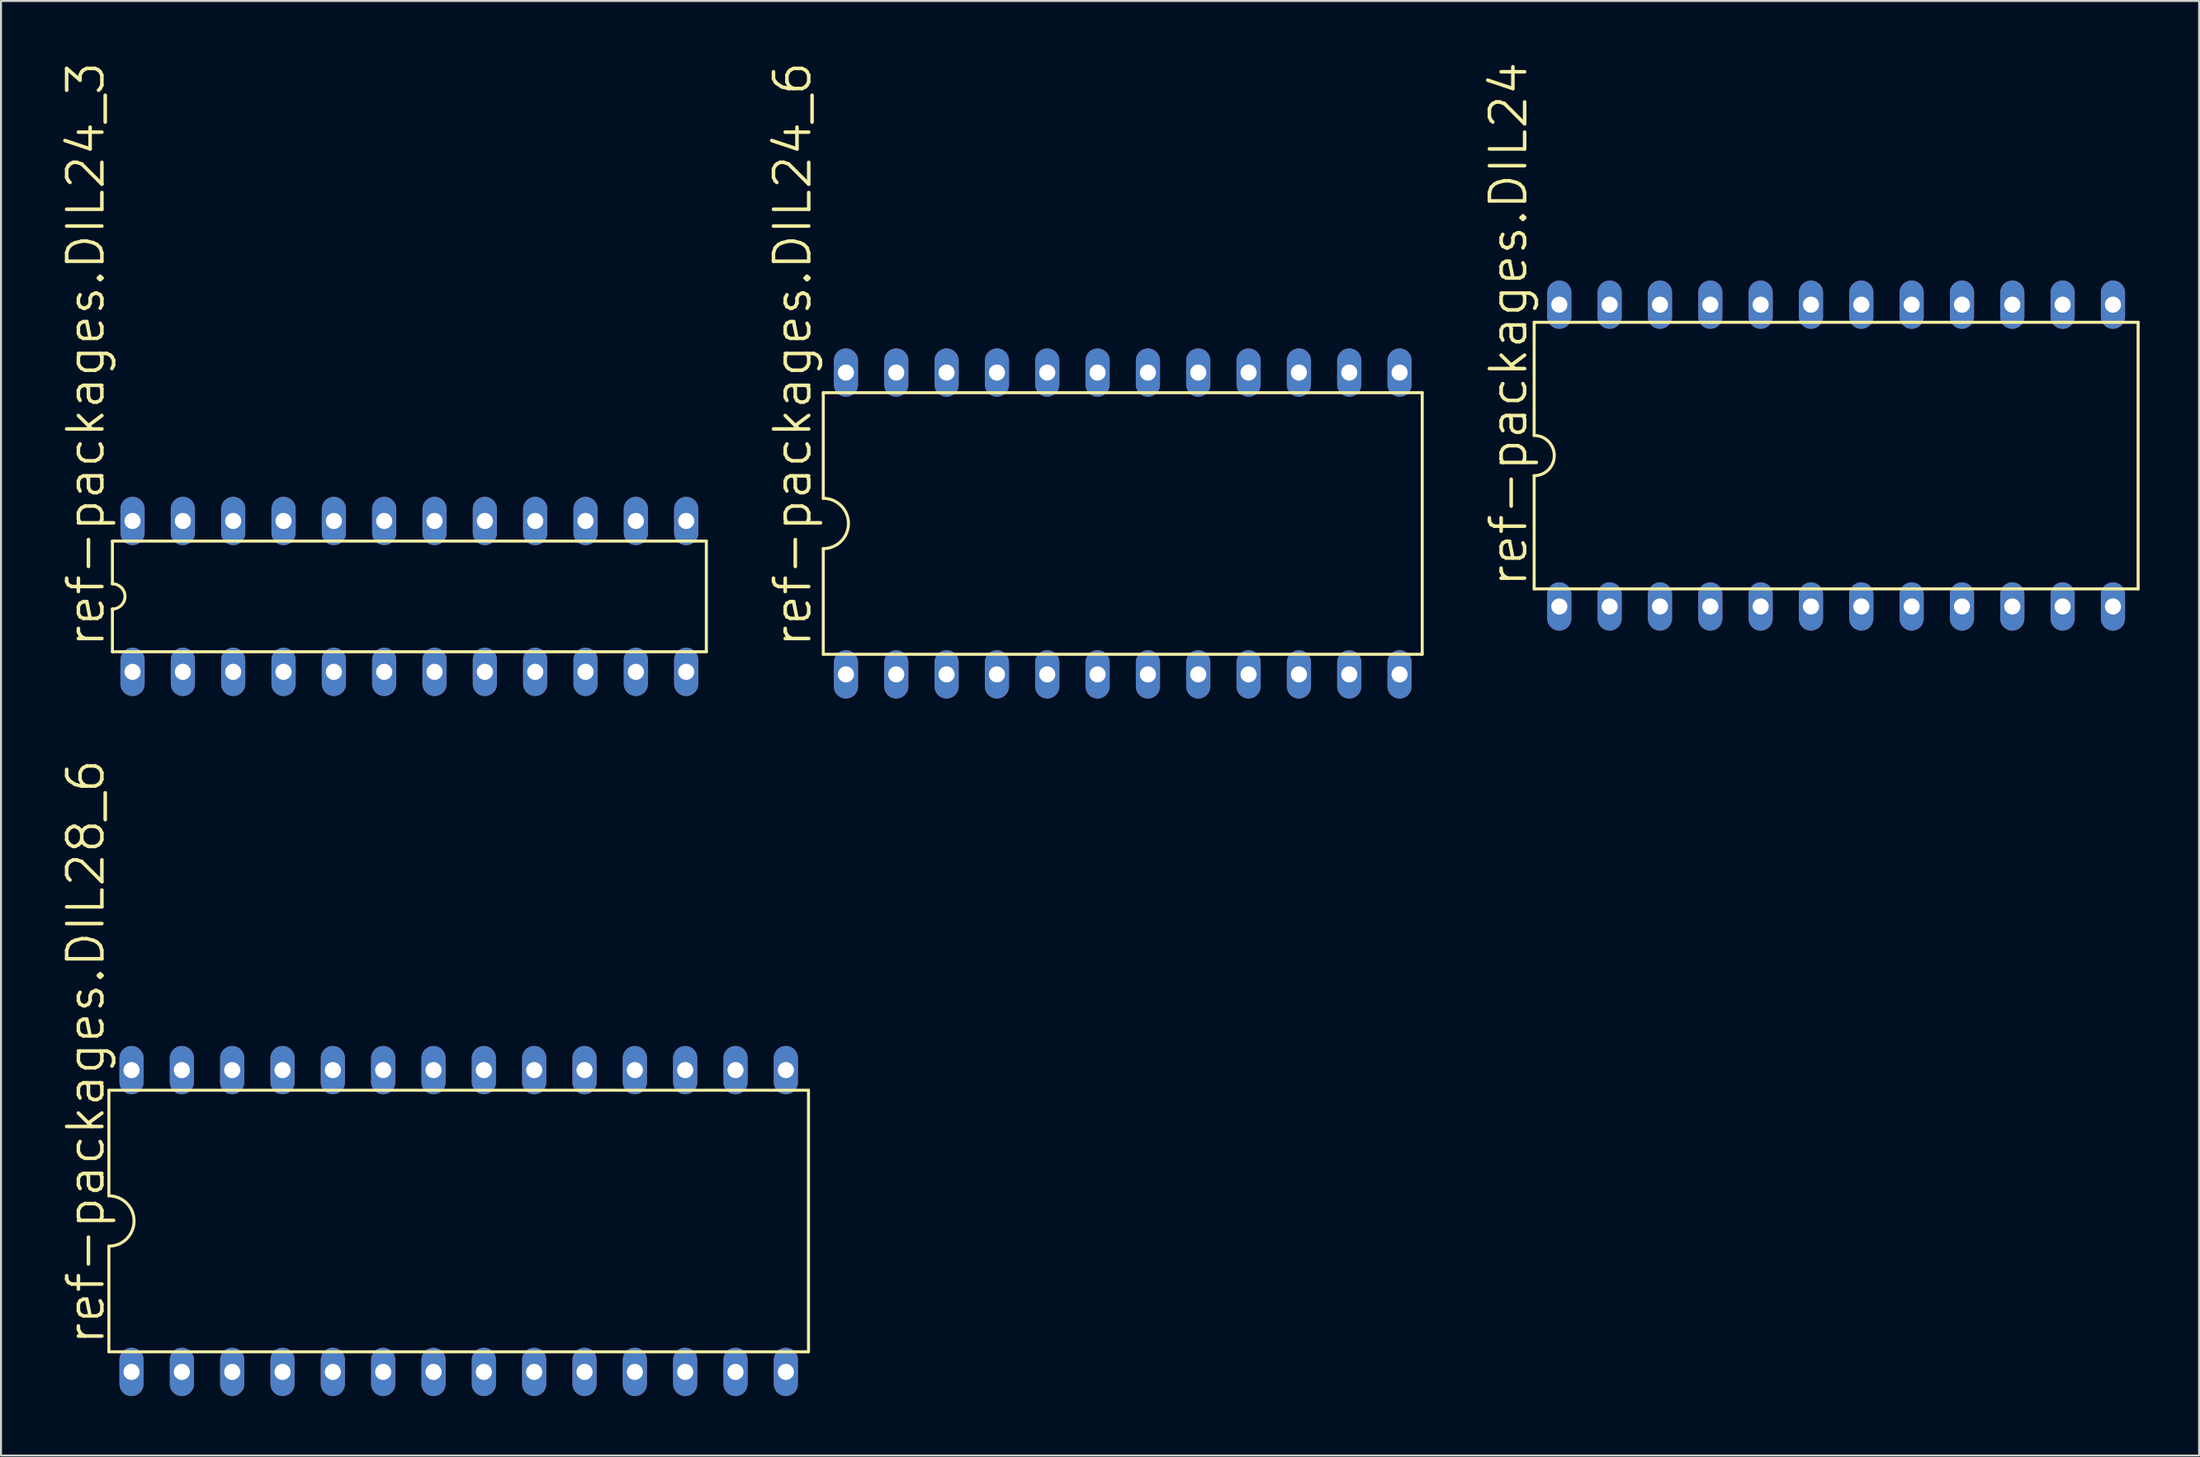
<source format=kicad_pcb>
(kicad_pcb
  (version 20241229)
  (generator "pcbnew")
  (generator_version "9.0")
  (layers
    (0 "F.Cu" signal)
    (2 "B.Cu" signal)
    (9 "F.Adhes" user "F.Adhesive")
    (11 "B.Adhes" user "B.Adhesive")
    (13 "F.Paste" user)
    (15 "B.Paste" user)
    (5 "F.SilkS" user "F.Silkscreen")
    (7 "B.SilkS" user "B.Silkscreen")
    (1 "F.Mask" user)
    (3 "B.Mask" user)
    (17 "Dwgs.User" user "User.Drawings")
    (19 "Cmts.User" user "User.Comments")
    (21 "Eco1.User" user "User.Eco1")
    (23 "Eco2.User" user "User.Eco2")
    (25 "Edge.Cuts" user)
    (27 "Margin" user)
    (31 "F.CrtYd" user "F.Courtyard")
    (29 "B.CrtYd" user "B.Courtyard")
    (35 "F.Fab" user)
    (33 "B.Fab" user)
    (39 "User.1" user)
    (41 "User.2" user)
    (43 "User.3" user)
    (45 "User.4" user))
  (footprint "ref-packages.DIL24_3"
    (layer "F.Cu")
    (at 17.609 27.066)
    (property "Reference" "ref-packages.DIL24_3" (at -15.291 2.667 90) (layer "F.SilkS") (effects (font (size 1.778 1.778) (thickness 0.18)) (justify left bottom)))
    (attr through_hole)
    (fp_line (start -14.986 -2.794) (end -14.986 -0.635) (stroke (width 0.152) (type default)) (layer "F.SilkS"))
    (fp_line (start -14.986 -2.794) (end 14.986 -2.794) (stroke (width 0.152) (type default)) (layer "F.SilkS"))
    (fp_line (start -14.986 0.635) (end -14.986 2.794) (stroke (width 0.152) (type default)) (layer "F.SilkS"))
    (fp_line (start -14.986 2.794) (end 14.986 2.794) (stroke (width 0.152) (type default)) (layer "F.SilkS"))
    (fp_line (start 14.986 2.794) (end 14.986 -2.794) (stroke (width 0.152) (type default)) (layer "F.SilkS"))
    (fp_arc (start -14.986 -0.635) (mid -14.351 0) (end -14.986 0.635) (stroke (width 0.1524) (type default)) (layer "F.SilkS"))
    (pad "1" thru_hole oval (at -13.97 3.81 90) (size 2.438 1.219) (drill 0.813) (layers "*.Cu" "*.Mask"))
    (pad "2" thru_hole oval (at -11.43 3.81 90) (size 2.438 1.219) (drill 0.813) (layers "*.Cu" "*.Mask"))
    (pad "3" thru_hole oval (at -8.89 3.81 90) (size 2.438 1.219) (drill 0.813) (layers "*.Cu" "*.Mask"))
    (pad "4" thru_hole oval (at -6.35 3.81 90) (size 2.438 1.219) (drill 0.813) (layers "*.Cu" "*.Mask"))
    (pad "5" thru_hole oval (at -3.81 3.81 90) (size 2.438 1.219) (drill 0.813) (layers "*.Cu" "*.Mask"))
    (pad "6" thru_hole oval (at -1.27 3.81 90) (size 2.438 1.219) (drill 0.813) (layers "*.Cu" "*.Mask"))
    (pad "7" thru_hole oval (at 1.27 3.81 90) (size 2.438 1.219) (drill 0.813) (layers "*.Cu" "*.Mask"))
    (pad "8" thru_hole oval (at 3.81 3.81 90) (size 2.438 1.219) (drill 0.813) (layers "*.Cu" "*.Mask"))
    (pad "9" thru_hole oval (at 6.35 3.81 90) (size 2.438 1.219) (drill 0.813) (layers "*.Cu" "*.Mask"))
    (pad "10" thru_hole oval (at 8.89 3.81 90) (size 2.438 1.219) (drill 0.813) (layers "*.Cu" "*.Mask"))
    (pad "11" thru_hole oval (at 11.43 3.81 90) (size 2.438 1.219) (drill 0.813) (layers "*.Cu" "*.Mask"))
    (pad "12" thru_hole oval (at 13.97 3.81 90) (size 2.438 1.219) (drill 0.813) (layers "*.Cu" "*.Mask"))
    (pad "13" thru_hole oval (at 13.97 -3.81 90) (size 2.438 1.219) (drill 0.813) (layers "*.Cu" "*.Mask"))
    (pad "14" thru_hole oval (at 11.43 -3.81 90) (size 2.438 1.219) (drill 0.813) (layers "*.Cu" "*.Mask"))
    (pad "15" thru_hole oval (at 8.89 -3.81 90) (size 2.438 1.219) (drill 0.813) (layers "*.Cu" "*.Mask"))
    (pad "16" thru_hole oval (at 6.35 -3.81 90) (size 2.438 1.219) (drill 0.813) (layers "*.Cu" "*.Mask"))
    (pad "17" thru_hole oval (at 3.81 -3.81 90) (size 2.438 1.219) (drill 0.813) (layers "*.Cu" "*.Mask"))
    (pad "18" thru_hole oval (at 1.27 -3.81 90) (size 2.438 1.219) (drill 0.813) (layers "*.Cu" "*.Mask"))
    (pad "19" thru_hole oval (at -1.27 -3.81 90) (size 2.438 1.219) (drill 0.813) (layers "*.Cu" "*.Mask"))
    (pad "20" thru_hole oval (at -3.81 -3.81 90) (size 2.438 1.219) (drill 0.813) (layers "*.Cu" "*.Mask"))
    (pad "21" thru_hole oval (at -6.35 -3.81 90) (size 2.438 1.219) (drill 0.813) (layers "*.Cu" "*.Mask"))
    (pad "22" thru_hole oval (at -8.89 -3.81 90) (size 2.438 1.219) (drill 0.813) (layers "*.Cu" "*.Mask"))
    (pad "23" thru_hole oval (at -11.43 -3.81 90) (size 2.438 1.219) (drill 0.813) (layers "*.Cu" "*.Mask"))
    (pad "24" thru_hole oval (at -13.97 -3.81 90) (size 2.438 1.219) (drill 0.813) (layers "*.Cu" "*.Mask")))
  (footprint "ref-packages.DIL24_6"
    (layer "F.Cu")
    (at 53.61 23.383)
    (property "Reference" "ref-packages.DIL24_6" (at -15.621 6.35 90) (layer "F.SilkS") (effects (font (size 1.778 1.778) (thickness 0.18)) (justify left bottom)))
    (attr through_hole)
    (fp_line (start -15.113 -6.604) (end -15.113 -1.27) (stroke (width 0.152) (type default)) (layer "F.SilkS"))
    (fp_line (start -15.113 -6.604) (end 15.113 -6.604) (stroke (width 0.152) (type default)) (layer "F.SilkS"))
    (fp_line (start -15.113 1.27) (end -15.113 6.604) (stroke (width 0.152) (type default)) (layer "F.SilkS"))
    (fp_line (start -15.113 6.604) (end 15.113 6.604) (stroke (width 0.152) (type default)) (layer "F.SilkS"))
    (fp_line (start 15.113 6.604) (end 15.113 -6.604) (stroke (width 0.152) (type default)) (layer "F.SilkS"))
    (fp_arc (start -15.113 -1.27) (mid -13.843 0) (end -15.113 1.27) (stroke (width 0.1524) (type default)) (layer "F.SilkS"))
    (pad "1" thru_hole oval (at -13.97 7.62 90) (size 2.438 1.219) (drill 0.813) (layers "*.Cu" "*.Mask"))
    (pad "2" thru_hole oval (at -11.43 7.62 90) (size 2.438 1.219) (drill 0.813) (layers "*.Cu" "*.Mask"))
    (pad "3" thru_hole oval (at -8.89 7.62 90) (size 2.438 1.219) (drill 0.813) (layers "*.Cu" "*.Mask"))
    (pad "4" thru_hole oval (at -6.35 7.62 90) (size 2.438 1.219) (drill 0.813) (layers "*.Cu" "*.Mask"))
    (pad "5" thru_hole oval (at -3.81 7.62 90) (size 2.438 1.219) (drill 0.813) (layers "*.Cu" "*.Mask"))
    (pad "6" thru_hole oval (at -1.27 7.62 90) (size 2.438 1.219) (drill 0.813) (layers "*.Cu" "*.Mask"))
    (pad "7" thru_hole oval (at 1.27 7.62 90) (size 2.438 1.219) (drill 0.813) (layers "*.Cu" "*.Mask"))
    (pad "8" thru_hole oval (at 3.81 7.62 90) (size 2.438 1.219) (drill 0.813) (layers "*.Cu" "*.Mask"))
    (pad "9" thru_hole oval (at 6.35 7.62 90) (size 2.438 1.219) (drill 0.813) (layers "*.Cu" "*.Mask"))
    (pad "10" thru_hole oval (at 8.89 7.62 90) (size 2.438 1.219) (drill 0.813) (layers "*.Cu" "*.Mask"))
    (pad "11" thru_hole oval (at 11.43 7.62 90) (size 2.438 1.219) (drill 0.813) (layers "*.Cu" "*.Mask"))
    (pad "12" thru_hole oval (at 13.97 7.62 90) (size 2.438 1.219) (drill 0.813) (layers "*.Cu" "*.Mask"))
    (pad "13" thru_hole oval (at 13.97 -7.62 90) (size 2.438 1.219) (drill 0.813) (layers "*.Cu" "*.Mask"))
    (pad "14" thru_hole oval (at 11.43 -7.62 90) (size 2.438 1.219) (drill 0.813) (layers "*.Cu" "*.Mask"))
    (pad "15" thru_hole oval (at 8.89 -7.62 90) (size 2.438 1.219) (drill 0.813) (layers "*.Cu" "*.Mask"))
    (pad "16" thru_hole oval (at 6.35 -7.62 90) (size 2.438 1.219) (drill 0.813) (layers "*.Cu" "*.Mask"))
    (pad "17" thru_hole oval (at 3.81 -7.62 90) (size 2.438 1.219) (drill 0.813) (layers "*.Cu" "*.Mask"))
    (pad "18" thru_hole oval (at 1.27 -7.62 90) (size 2.438 1.219) (drill 0.813) (layers "*.Cu" "*.Mask"))
    (pad "19" thru_hole oval (at -1.27 -7.62 90) (size 2.438 1.219) (drill 0.813) (layers "*.Cu" "*.Mask"))
    (pad "20" thru_hole oval (at -3.81 -7.62 90) (size 2.438 1.219) (drill 0.813) (layers "*.Cu" "*.Mask"))
    (pad "21" thru_hole oval (at -6.35 -7.62 90) (size 2.438 1.219) (drill 0.813) (layers "*.Cu" "*.Mask"))
    (pad "22" thru_hole oval (at -8.89 -7.62 90) (size 2.438 1.219) (drill 0.813) (layers "*.Cu" "*.Mask"))
    (pad "23" thru_hole oval (at -11.43 -7.62 90) (size 2.438 1.219) (drill 0.813) (layers "*.Cu" "*.Mask"))
    (pad "24" thru_hole oval (at -13.97 -7.62 90) (size 2.438 1.219) (drill 0.813) (layers "*.Cu" "*.Mask")))
  (footprint "ref-packages.DIL24"
    (layer "F.Cu")
    (at 89.611 19.954)
    (property "Reference" "ref-packages.DIL24" (at -15.494 6.731 90) (layer "F.SilkS") (effects (font (size 1.778 1.778) (thickness 0.18)) (justify left bottom)))
    (attr through_hole)
    (fp_line (start -15.24 -6.731) (end -15.24 -1.016) (stroke (width 0.152) (type default)) (layer "F.SilkS"))
    (fp_line (start -15.24 6.731) (end -15.24 1.016) (stroke (width 0.152) (type default)) (layer "F.SilkS"))
    (fp_line (start -15.24 6.731) (end 15.24 6.731) (stroke (width 0.152) (type default)) (layer "F.SilkS"))
    (fp_line (start 15.24 -6.731) (end -15.24 -6.731) (stroke (width 0.152) (type default)) (layer "F.SilkS"))
    (fp_line (start 15.24 -6.731) (end 15.24 6.731) (stroke (width 0.152) (type default)) (layer "F.SilkS"))
    (fp_arc (start -15.24 -1.016) (mid -14.224 0) (end -15.24 1.016) (stroke (width 0.1524) (type default)) (layer "F.SilkS"))
    (pad "1" thru_hole oval (at -13.97 7.62 90) (size 2.438 1.219) (drill 0.813) (layers "*.Cu" "*.Mask"))
    (pad "2" thru_hole oval (at -11.43 7.62 90) (size 2.438 1.219) (drill 0.813) (layers "*.Cu" "*.Mask"))
    (pad "3" thru_hole oval (at -8.89 7.62 90) (size 2.438 1.219) (drill 0.813) (layers "*.Cu" "*.Mask"))
    (pad "4" thru_hole oval (at -6.35 7.62 90) (size 2.438 1.219) (drill 0.813) (layers "*.Cu" "*.Mask"))
    (pad "5" thru_hole oval (at -3.81 7.62 90) (size 2.438 1.219) (drill 0.813) (layers "*.Cu" "*.Mask"))
    (pad "6" thru_hole oval (at -1.27 7.62 90) (size 2.438 1.219) (drill 0.813) (layers "*.Cu" "*.Mask"))
    (pad "7" thru_hole oval (at 1.27 7.62 90) (size 2.438 1.219) (drill 0.813) (layers "*.Cu" "*.Mask"))
    (pad "8" thru_hole oval (at 3.81 7.62 90) (size 2.438 1.219) (drill 0.813) (layers "*.Cu" "*.Mask"))
    (pad "9" thru_hole oval (at 6.35 7.62 90) (size 2.438 1.219) (drill 0.813) (layers "*.Cu" "*.Mask"))
    (pad "10" thru_hole oval (at 8.89 7.62 90) (size 2.438 1.219) (drill 0.813) (layers "*.Cu" "*.Mask"))
    (pad "11" thru_hole oval (at 11.43 7.62 90) (size 2.438 1.219) (drill 0.813) (layers "*.Cu" "*.Mask"))
    (pad "12" thru_hole oval (at 13.97 7.62 90) (size 2.438 1.219) (drill 0.813) (layers "*.Cu" "*.Mask"))
    (pad "13" thru_hole oval (at 13.97 -7.62 90) (size 2.438 1.219) (drill 0.813) (layers "*.Cu" "*.Mask"))
    (pad "14" thru_hole oval (at 11.43 -7.62 90) (size 2.438 1.219) (drill 0.813) (layers "*.Cu" "*.Mask"))
    (pad "15" thru_hole oval (at 8.89 -7.62 90) (size 2.438 1.219) (drill 0.813) (layers "*.Cu" "*.Mask"))
    (pad "16" thru_hole oval (at 6.35 -7.62 90) (size 2.438 1.219) (drill 0.813) (layers "*.Cu" "*.Mask"))
    (pad "17" thru_hole oval (at 3.81 -7.62 90) (size 2.438 1.219) (drill 0.813) (layers "*.Cu" "*.Mask"))
    (pad "18" thru_hole oval (at 1.27 -7.62 90) (size 2.438 1.219) (drill 0.813) (layers "*.Cu" "*.Mask"))
    (pad "19" thru_hole oval (at -1.27 -7.62 90) (size 2.438 1.219) (drill 0.813) (layers "*.Cu" "*.Mask"))
    (pad "20" thru_hole oval (at -3.81 -7.62 90) (size 2.438 1.219) (drill 0.813) (layers "*.Cu" "*.Mask"))
    (pad "21" thru_hole oval (at -6.35 -7.62 90) (size 2.438 1.219) (drill 0.813) (layers "*.Cu" "*.Mask"))
    (pad "22" thru_hole oval (at -8.89 -7.62 90) (size 2.438 1.219) (drill 0.813) (layers "*.Cu" "*.Mask"))
    (pad "23" thru_hole oval (at -11.43 -7.62 90) (size 2.438 1.219) (drill 0.813) (layers "*.Cu" "*.Mask"))
    (pad "24" thru_hole oval (at -13.97 -7.62 90) (size 2.438 1.219) (drill 0.813) (layers "*.Cu" "*.Mask")))
  (footprint "ref-packages.DIL28_6"
    (layer "F.Cu")
    (at 20.098 58.605)
    (property "Reference" "ref-packages.DIL28_6" (at -17.78 6.35 90) (layer "F.SilkS") (effects (font (size 1.778 1.778) (thickness 0.18)) (justify left bottom)))
    (attr through_hole)
    (fp_line (start -17.653 -6.604) (end -17.653 -1.27) (stroke (width 0.152) (type default)) (layer "F.SilkS"))
    (fp_line (start -17.653 -6.604) (end 17.653 -6.604) (stroke (width 0.152) (type default)) (layer "F.SilkS"))
    (fp_line (start -17.653 1.27) (end -17.653 6.604) (stroke (width 0.152) (type default)) (layer "F.SilkS"))
    (fp_line (start -17.653 6.604) (end 17.653 6.604) (stroke (width 0.152) (type default)) (layer "F.SilkS"))
    (fp_line (start 17.653 6.604) (end 17.653 -6.604) (stroke (width 0.152) (type default)) (layer "F.SilkS"))
    (fp_arc (start -17.653 -1.27) (mid -16.383 0) (end -17.653 1.27) (stroke (width 0.1524) (type default)) (layer "F.SilkS"))
    (pad "1" thru_hole oval (at -16.51 7.62 90) (size 2.438 1.219) (drill 0.813) (layers "*.Cu" "*.Mask"))
    (pad "2" thru_hole oval (at -13.97 7.62 90) (size 2.438 1.219) (drill 0.813) (layers "*.Cu" "*.Mask"))
    (pad "3" thru_hole oval (at -11.43 7.62 90) (size 2.438 1.219) (drill 0.813) (layers "*.Cu" "*.Mask"))
    (pad "4" thru_hole oval (at -8.89 7.62 90) (size 2.438 1.219) (drill 0.813) (layers "*.Cu" "*.Mask"))
    (pad "5" thru_hole oval (at -6.35 7.62 90) (size 2.438 1.219) (drill 0.813) (layers "*.Cu" "*.Mask"))
    (pad "6" thru_hole oval (at -3.81 7.62 90) (size 2.438 1.219) (drill 0.813) (layers "*.Cu" "*.Mask"))
    (pad "7" thru_hole oval (at -1.27 7.62 90) (size 2.438 1.219) (drill 0.813) (layers "*.Cu" "*.Mask"))
    (pad "8" thru_hole oval (at 1.27 7.62 90) (size 2.438 1.219) (drill 0.813) (layers "*.Cu" "*.Mask"))
    (pad "9" thru_hole oval (at 3.81 7.62 90) (size 2.438 1.219) (drill 0.813) (layers "*.Cu" "*.Mask"))
    (pad "10" thru_hole oval (at 6.35 7.62 90) (size 2.438 1.219) (drill 0.813) (layers "*.Cu" "*.Mask"))
    (pad "11" thru_hole oval (at 8.89 7.62 90) (size 2.438 1.219) (drill 0.813) (layers "*.Cu" "*.Mask"))
    (pad "12" thru_hole oval (at 11.43 7.62 90) (size 2.438 1.219) (drill 0.813) (layers "*.Cu" "*.Mask"))
    (pad "13" thru_hole oval (at 13.97 7.62 90) (size 2.438 1.219) (drill 0.813) (layers "*.Cu" "*.Mask"))
    (pad "14" thru_hole oval (at 16.51 7.62 90) (size 2.438 1.219) (drill 0.813) (layers "*.Cu" "*.Mask"))
    (pad "15" thru_hole oval (at 16.51 -7.62 90) (size 2.438 1.219) (drill 0.813) (layers "*.Cu" "*.Mask"))
    (pad "16" thru_hole oval (at 13.97 -7.62 90) (size 2.438 1.219) (drill 0.813) (layers "*.Cu" "*.Mask"))
    (pad "17" thru_hole oval (at 11.43 -7.62 90) (size 2.438 1.219) (drill 0.813) (layers "*.Cu" "*.Mask"))
    (pad "18" thru_hole oval (at 8.89 -7.62 90) (size 2.438 1.219) (drill 0.813) (layers "*.Cu" "*.Mask"))
    (pad "19" thru_hole oval (at 6.35 -7.62 90) (size 2.438 1.219) (drill 0.813) (layers "*.Cu" "*.Mask"))
    (pad "20" thru_hole oval (at 3.81 -7.62 90) (size 2.438 1.219) (drill 0.813) (layers "*.Cu" "*.Mask"))
    (pad "21" thru_hole oval (at 1.27 -7.62 90) (size 2.438 1.219) (drill 0.813) (layers "*.Cu" "*.Mask"))
    (pad "22" thru_hole oval (at -1.27 -7.62 90) (size 2.438 1.219) (drill 0.813) (layers "*.Cu" "*.Mask"))
    (pad "23" thru_hole oval (at -3.81 -7.62 90) (size 2.438 1.219) (drill 0.813) (layers "*.Cu" "*.Mask"))
    (pad "24" thru_hole oval (at -6.35 -7.62 90) (size 2.438 1.219) (drill 0.813) (layers "*.Cu" "*.Mask"))
    (pad "25" thru_hole oval (at -8.89 -7.62 90) (size 2.438 1.219) (drill 0.813) (layers "*.Cu" "*.Mask"))
    (pad "26" thru_hole oval (at -11.43 -7.62 90) (size 2.438 1.219) (drill 0.813) (layers "*.Cu" "*.Mask"))
    (pad "27" thru_hole oval (at -13.97 -7.62 90) (size 2.438 1.219) (drill 0.813) (layers "*.Cu" "*.Mask"))
    (pad "28" thru_hole oval (at -16.51 -7.62 90) (size 2.438 1.219) (drill 0.813) (layers "*.Cu" "*.Mask")))
  (gr_rect
    (start -3 -3)
    (end 107.927 70.445)
    (stroke (width 0.1) (type default))
    (fill no)
    (layer "Edge.Cuts")))
</source>
